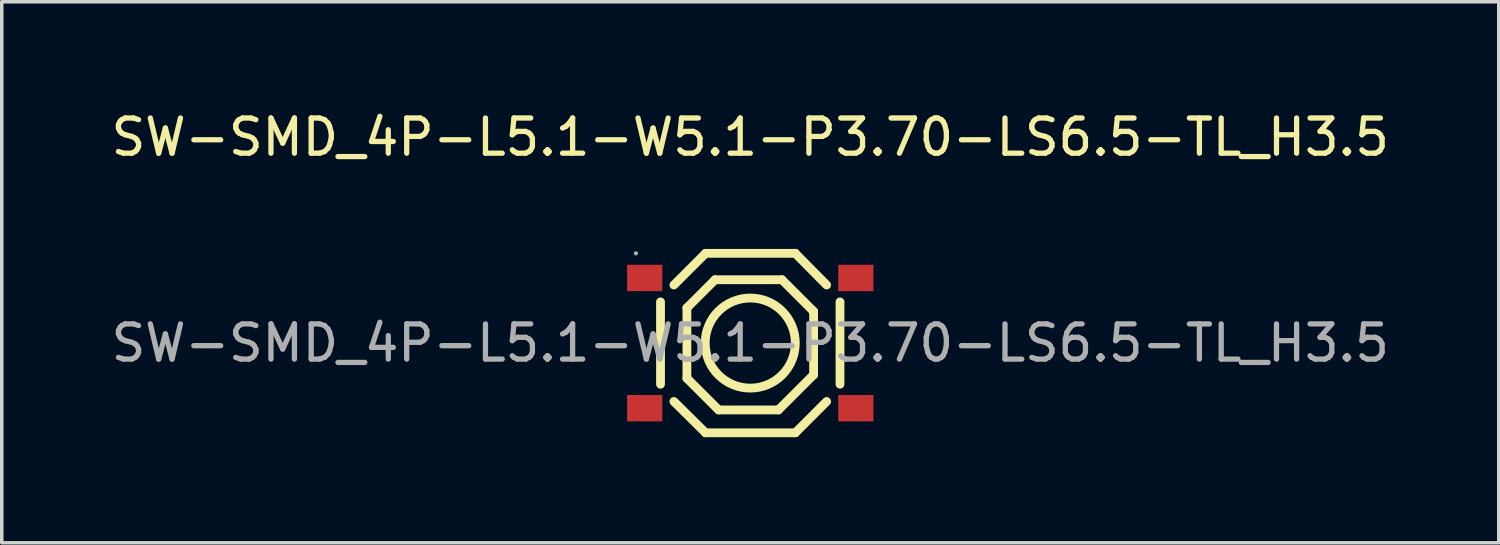
<source format=kicad_pcb>
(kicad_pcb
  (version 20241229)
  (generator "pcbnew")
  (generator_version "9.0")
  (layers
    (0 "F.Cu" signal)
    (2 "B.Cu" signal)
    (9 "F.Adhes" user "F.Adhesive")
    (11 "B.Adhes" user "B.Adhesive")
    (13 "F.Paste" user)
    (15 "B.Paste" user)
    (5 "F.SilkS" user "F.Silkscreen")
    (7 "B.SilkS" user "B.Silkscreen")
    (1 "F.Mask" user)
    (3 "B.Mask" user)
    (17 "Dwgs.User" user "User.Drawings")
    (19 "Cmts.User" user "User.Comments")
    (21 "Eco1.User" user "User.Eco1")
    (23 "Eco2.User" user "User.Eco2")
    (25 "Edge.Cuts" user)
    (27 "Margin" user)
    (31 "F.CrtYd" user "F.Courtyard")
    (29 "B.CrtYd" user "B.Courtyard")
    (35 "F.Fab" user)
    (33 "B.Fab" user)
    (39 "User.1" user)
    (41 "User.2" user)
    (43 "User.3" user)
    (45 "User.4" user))
  (footprint "SW-SMD_4P-L5.1-W5.1-P3.70-LS6.5-TL_H3.5"
    (layer "F.Cu")
    (at 18.268 6.698)
    (property "Reference" "SW-SMD_4P-L5.1-W5.1-P3.70-LS6.5-TL_H3.5" (at 0 -5.85 0) (layer "F.SilkS") (effects (font (size 1 1) (thickness 0.15))))
    (attr smd)
    (fp_line (start -2.55 -1.17) (end -2.55 1.17) (stroke (width 0.25) (type solid)) (layer "F.SilkS"))
    (fp_line (start -2.17 1.66) (end -1.27 2.55) (stroke (width 0.25) (type solid)) (layer "F.SilkS"))
    (fp_line (start -1.8 -1) (end -1 -1.8) (stroke (width 0.25) (type solid)) (layer "F.SilkS"))
    (fp_line (start -1.8 1) (end -1.8 -1) (stroke (width 0.25) (type solid)) (layer "F.SilkS"))
    (fp_line (start -1.27 -2.55) (end -2.17 -1.65) (stroke (width 0.25) (type solid)) (layer "F.SilkS"))
    (fp_line (start -1.27 -2.55) (end 1.28 -2.55) (stroke (width 0.25) (type solid)) (layer "F.SilkS"))
    (fp_line (start -1.27 2.55) (end 1.28 2.55) (stroke (width 0.25) (type solid)) (layer "F.SilkS"))
    (fp_line (start -1 -1.8) (end 0.9 -1.8) (stroke (width 0.25) (type solid)) (layer "F.SilkS"))
    (fp_line (start -0.9 1.9) (end -1.8 1) (stroke (width 0.25) (type solid)) (layer "F.SilkS"))
    (fp_line (start 0.8 1.9) (end -0.9 1.9) (stroke (width 0.25) (type solid)) (layer "F.SilkS"))
    (fp_line (start 0.9 -1.8) (end 1.8 -0.9) (stroke (width 0.25) (type solid)) (layer "F.SilkS"))
    (fp_line (start 1.28 -2.55) (end 2.17 -1.65) (stroke (width 0.25) (type solid)) (layer "F.SilkS"))
    (fp_line (start 1.8 -0.9) (end 1.8 0.9) (stroke (width 0.25) (type solid)) (layer "F.SilkS"))
    (fp_line (start 1.8 0.9) (end 0.8 1.9) (stroke (width 0.25) (type solid)) (layer "F.SilkS"))
    (fp_line (start 2.17 1.66) (end 1.28 2.55) (stroke (width 0.25) (type solid)) (layer "F.SilkS"))
    (fp_line (start 2.55 -1.17) (end 2.55 1.17) (stroke (width 0.25) (type solid)) (layer "F.SilkS"))
    (fp_circle (center 0 0) (end 1.28 0) (stroke (width 0.25) (type solid)) (fill no) (layer "F.SilkS"))
    (fp_circle (center -3.25 -2.55) (end -3.22 -2.55) (stroke (width 0.06) (type solid)) (fill no) (layer "F.Fab"))
    (fp_text user "${REFERENCE}" (at 0 0 0) (layer "F.Fab") (effects (font (size 1 1) (thickness 0.15))))
    (pad "1" smd rect (at -3 -1.85) (size 1 0.75) (layers "F.Cu" "F.Mask" "F.Paste"))
    (pad "2" smd rect (at 3 -1.85) (size 1 0.75) (layers "F.Cu" "F.Mask" "F.Paste"))
    (pad "3" smd rect (at -3 1.85) (size 1 0.75) (layers "F.Cu" "F.Mask" "F.Paste"))
    (pad "4" smd rect (at 3 1.85) (size 1 0.75) (layers "F.Cu" "F.Mask" "F.Paste")))
  (gr_rect
    (start -3 -3)
    (end 39.536 12.373)
    (stroke (width 0.1) (type default))
    (fill no)
    (layer "Edge.Cuts")))
</source>
